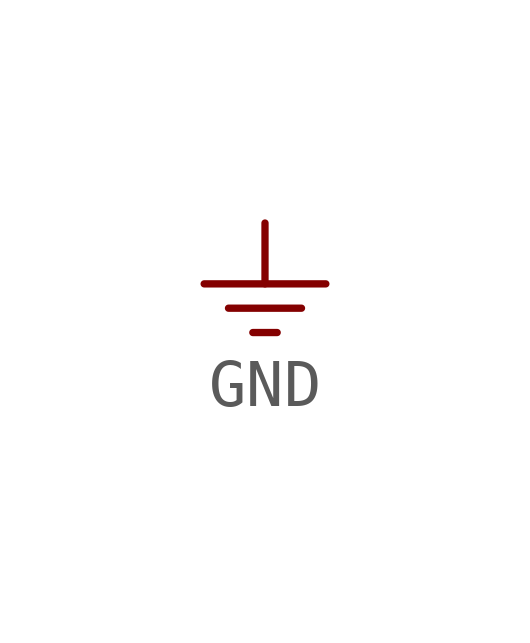
<source format=kicad_sym>
(kicad_symbol_lib
  (version 20211014)
  (generator kicad_symbol_editor)
  (symbol "GND"
    (power)
    (pin_numbers hide)
    (pin_names
      (offset 0))
    (property "Reference" "#PWR"
      (at 0 1.143 0)
      (effects (font (size 0.508 0.508)) hide))
    (property "Footprint" ""
      (at 0 0 0)
      (effects (font (size 1.524 1.524))))
    (property "Datasheet" ""
      (at 0 0 0)
      (effects (font (size 1.524 1.524))))
    (symbol "GND_0_0"
      (pin power_in line (at 0 0 90) (length 0) hide (name "GND" (effects (font (size 0.635 0.635)))) (number "~" (effects (font (size 0.635 0.635))))))
    (symbol "GND_0_1"
      (polyline (pts (xy -1.27 -1.27) (xy 1.27 -1.27)) (stroke (width 0) (type default) (color 0 0 0 0)) (fill (type none)))
      (polyline (pts (xy -0.762 -1.778) (xy 0.762 -1.778)) (stroke (width 0) (type default) (color 0 0 0 0)) (fill (type none)))
      (polyline (pts (xy -0.254 -2.286) (xy 0.254 -2.286)) (stroke (width 0) (type default) (color 0 0 0 0)) (fill (type none)))
      (polyline (pts (xy 0 -1.27) (xy 0 0)) (stroke (width 0) (type default) (color 0 0 0 0)) (fill (type none))))))
</source>
